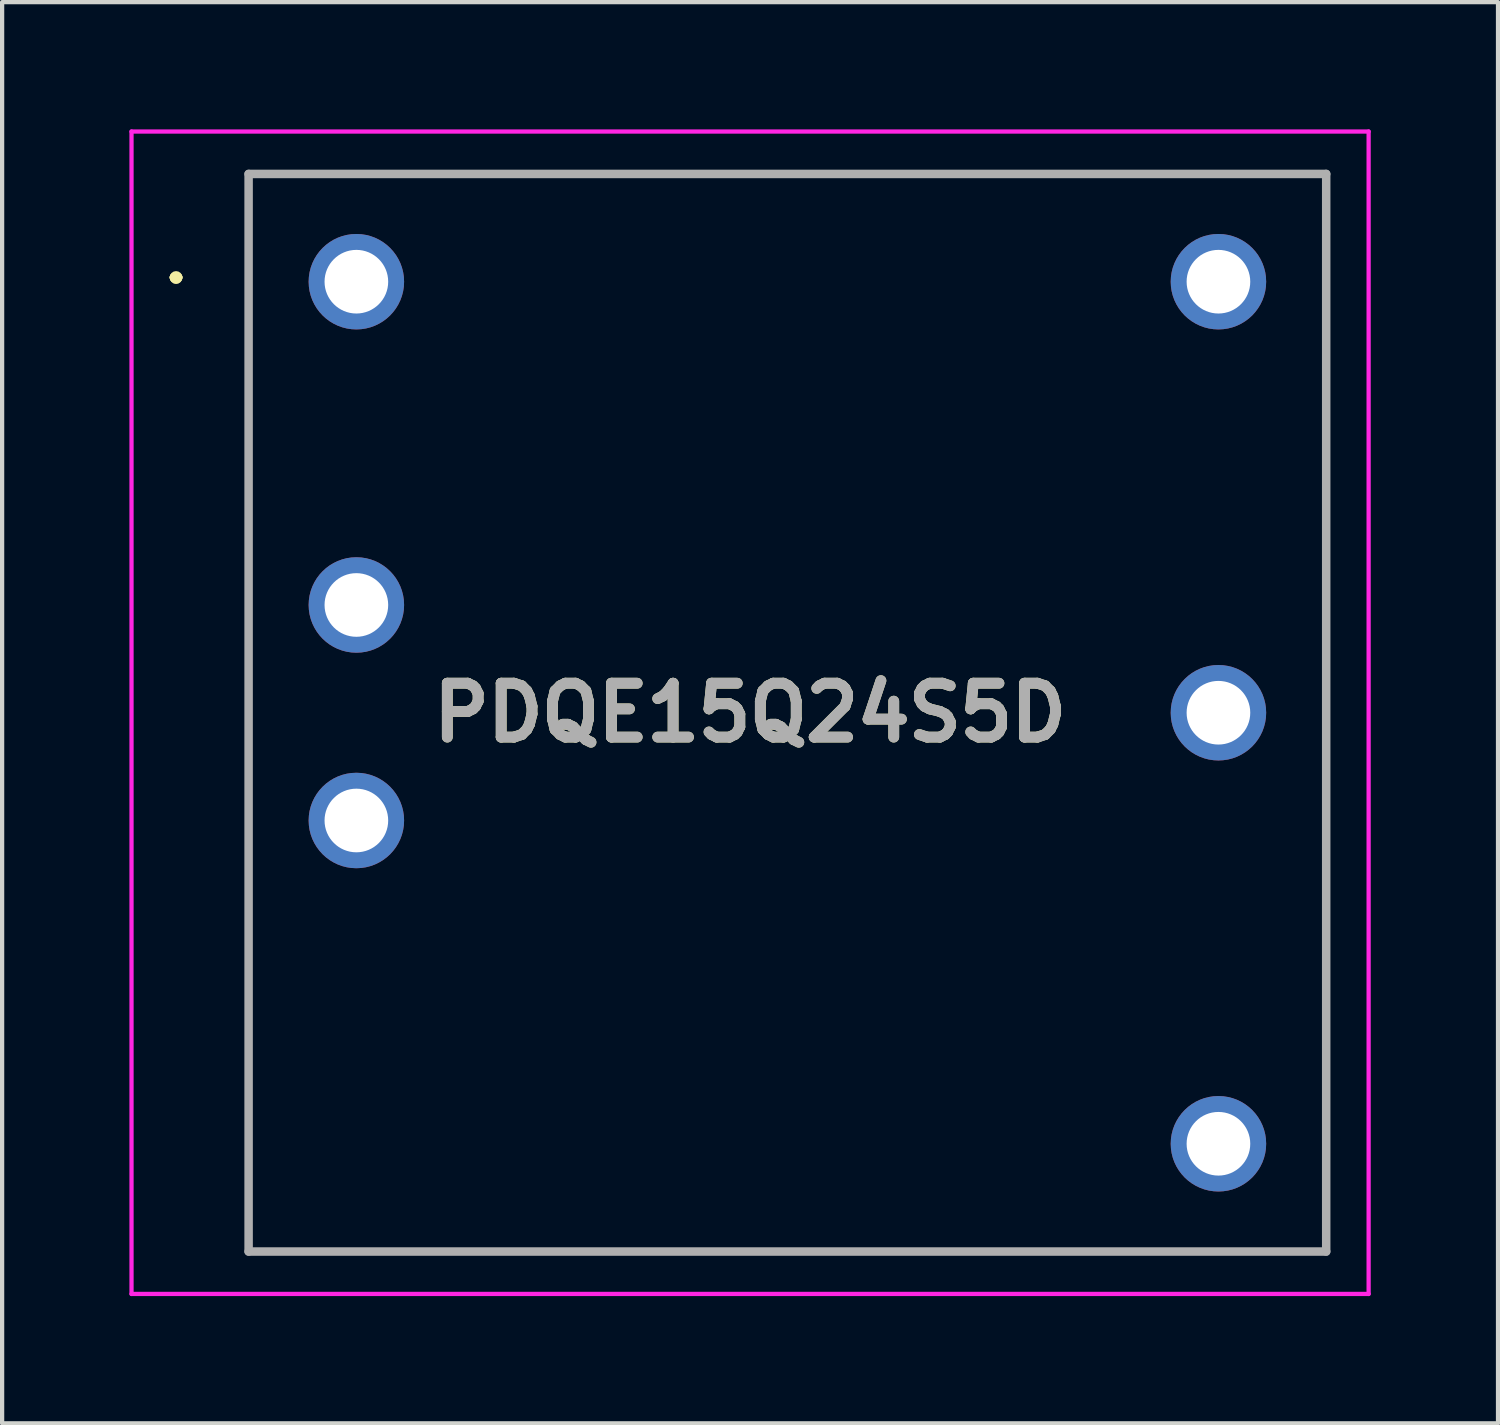
<source format=kicad_pcb>
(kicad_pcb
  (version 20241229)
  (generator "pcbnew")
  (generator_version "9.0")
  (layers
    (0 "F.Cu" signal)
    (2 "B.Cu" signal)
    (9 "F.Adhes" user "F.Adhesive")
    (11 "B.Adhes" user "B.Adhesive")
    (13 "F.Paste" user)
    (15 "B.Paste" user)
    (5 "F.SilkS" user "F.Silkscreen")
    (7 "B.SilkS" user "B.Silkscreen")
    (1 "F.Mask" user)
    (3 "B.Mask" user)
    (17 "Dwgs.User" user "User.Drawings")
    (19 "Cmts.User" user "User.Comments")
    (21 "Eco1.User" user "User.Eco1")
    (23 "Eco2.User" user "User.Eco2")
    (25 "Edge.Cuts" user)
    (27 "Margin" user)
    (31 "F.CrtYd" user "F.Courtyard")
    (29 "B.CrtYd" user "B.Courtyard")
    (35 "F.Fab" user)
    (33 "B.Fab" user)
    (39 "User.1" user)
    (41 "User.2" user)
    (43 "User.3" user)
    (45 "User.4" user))
  (footprint "PDQE15Q24S5D"
    (layer "F.Cu")
    (at 5.35 3.59)
    (property "Reference" "PDQE15Q24S5D" (at 9.28 10.16 0) (layer "F.SilkS") (effects (font (size 1.27 1.27) (thickness 0.254))))
    (attr through_hole)
    (fp_line (start -4.3 -0.1) (end -4.3 -0.1) (stroke (width 0.2) (type solid)) (layer "F.SilkS"))
    (fp_line (start -4.3 -0.1) (end -4.3 -0.1) (stroke (width 0.2) (type solid)) (layer "F.SilkS"))
    (fp_line (start -4.2 -0.1) (end -4.2 -0.1) (stroke (width 0.2) (type solid)) (layer "F.SilkS"))
    (fp_line (start -2.54 -2.54) (end -2.54 22.86) (stroke (width 0.1) (type solid)) (layer "F.SilkS"))
    (fp_line (start -2.54 22.86) (end 22.86 22.86) (stroke (width 0.1) (type solid)) (layer "F.SilkS"))
    (fp_line (start 22.86 -2.54) (end -2.54 -2.54) (stroke (width 0.1) (type solid)) (layer "F.SilkS"))
    (fp_line (start 22.86 22.86) (end 22.86 -2.54) (stroke (width 0.1) (type solid)) (layer "F.SilkS"))
    (fp_arc (start -4.3 -0.1) (mid -4.25 -0.15) (end -4.2 -0.1) (stroke (width 0.2) (type solid)) (layer "F.SilkS"))
    (fp_arc (start -4.2 -0.1) (mid -4.25 -0.05) (end -4.3 -0.1) (stroke (width 0.2) (type solid)) (layer "F.SilkS"))
    (fp_arc (start -4.2 -0.1) (mid -4.25 -0.05) (end -4.3 -0.1) (stroke (width 0.2) (type solid)) (layer "F.SilkS"))
    (fp_line (start -5.3 -3.54) (end -5.3 23.86) (stroke (width 0.1) (type solid)) (layer "F.CrtYd"))
    (fp_line (start -5.3 23.86) (end 23.86 23.86) (stroke (width 0.1) (type solid)) (layer "F.CrtYd"))
    (fp_line (start 23.86 -3.54) (end -5.3 -3.54) (stroke (width 0.1) (type solid)) (layer "F.CrtYd"))
    (fp_line (start 23.86 23.86) (end 23.86 -3.54) (stroke (width 0.1) (type solid)) (layer "F.CrtYd"))
    (fp_line (start -2.54 -2.54) (end -2.54 22.86) (stroke (width 0.2) (type solid)) (layer "F.Fab"))
    (fp_line (start -2.54 22.86) (end 22.86 22.86) (stroke (width 0.2) (type solid)) (layer "F.Fab"))
    (fp_line (start 22.86 -2.54) (end -2.54 -2.54) (stroke (width 0.2) (type solid)) (layer "F.Fab"))
    (fp_line (start 22.86 22.86) (end 22.86 -2.54) (stroke (width 0.2) (type solid)) (layer "F.Fab"))
    (fp_text user "${REFERENCE}" (at 9.28 10.16 0) (layer "F.Fab") (effects (font (size 1.27 1.27) (thickness 0.254))))
    (pad "1" thru_hole circle (at 0 0) (size 2.25 2.25) (drill 1.5) (layers "*.Cu" "*.Mask"))
    (pad "2" thru_hole circle (at 0 7.62) (size 2.25 2.25) (drill 1.5) (layers "*.Cu" "*.Mask"))
    (pad "3" thru_hole circle (at 0 12.7) (size 2.25 2.25) (drill 1.5) (layers "*.Cu" "*.Mask"))
    (pad "4" thru_hole circle (at 20.32 20.32) (size 2.25 2.25) (drill 1.5) (layers "*.Cu" "*.Mask"))
    (pad "5" thru_hole circle (at 20.32 10.16) (size 2.25 2.25) (drill 1.5) (layers "*.Cu" "*.Mask"))
    (pad "6" thru_hole circle (at 20.32 0) (size 2.25 2.25) (drill 1.5) (layers "*.Cu" "*.Mask")))
  (gr_rect
    (start -3 -3)
    (end 32.26 30.5)
    (stroke (width 0.1) (type default))
    (fill no)
    (layer "Edge.Cuts")))
</source>
